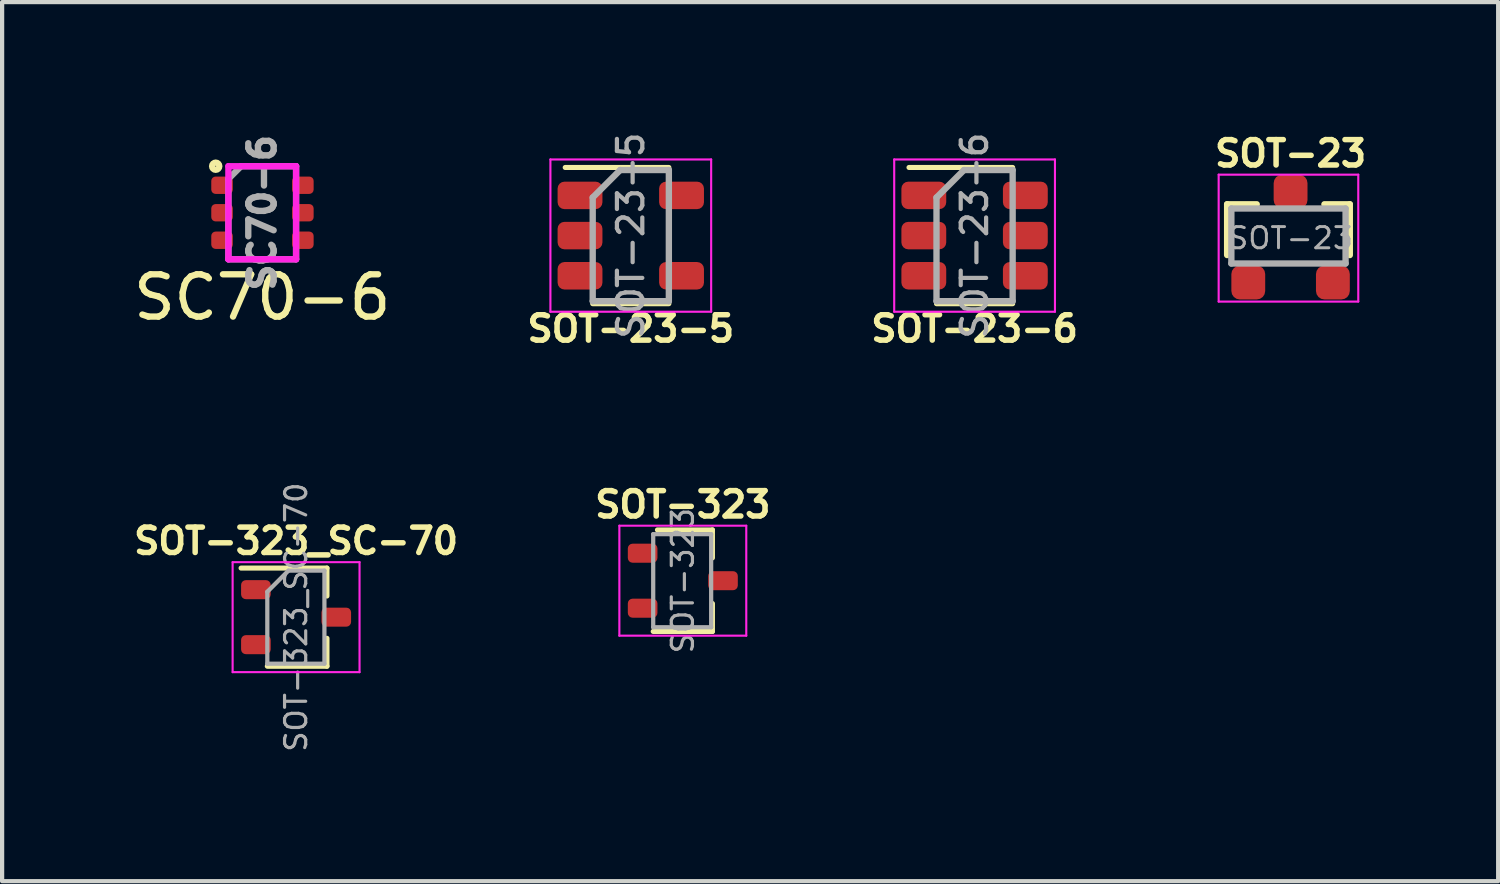
<source format=kicad_pcb>
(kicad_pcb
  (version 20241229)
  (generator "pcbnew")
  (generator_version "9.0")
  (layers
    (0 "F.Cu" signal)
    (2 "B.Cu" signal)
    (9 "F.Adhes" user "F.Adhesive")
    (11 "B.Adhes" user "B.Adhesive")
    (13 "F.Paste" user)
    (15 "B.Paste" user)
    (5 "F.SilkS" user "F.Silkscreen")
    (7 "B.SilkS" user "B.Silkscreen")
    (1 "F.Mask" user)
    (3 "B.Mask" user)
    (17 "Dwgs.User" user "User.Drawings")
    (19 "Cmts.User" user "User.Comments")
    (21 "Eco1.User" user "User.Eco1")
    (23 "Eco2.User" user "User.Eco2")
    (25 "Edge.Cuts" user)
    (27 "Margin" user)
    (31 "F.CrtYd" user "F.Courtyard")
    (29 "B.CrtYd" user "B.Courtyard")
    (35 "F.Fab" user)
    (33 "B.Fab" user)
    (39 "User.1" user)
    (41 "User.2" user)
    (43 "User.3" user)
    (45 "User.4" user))
  (footprint "SOT-323_SC-70"
    (layer "F.Cu")
    (at 3.949 11.539)
    (property "Reference" "SOT-323_SC-70" (at 0 -1.8 0) (layer "F.SilkS") (effects (font (size 0.6 0.6) (thickness 0.13))))
    (property "Value" "${VALUE}" (at 0 1.5 0) (layer "F.Fab") (hide yes) (effects (font (size 0.4 0.4) (thickness 0.05))))
    (attr smd)
    (fp_line (start -0.68 1.16) (end 0.73 1.16) (stroke (width 0.12) (type solid)) (layer "F.SilkS"))
    (fp_line (start 0.73 -1.16) (end -1.3 -1.16) (stroke (width 0.12) (type solid)) (layer "F.SilkS"))
    (fp_line (start 0.73 -1.16) (end 0.73 -0.5) (stroke (width 0.12) (type solid)) (layer "F.SilkS"))
    (fp_line (start 0.73 0.5) (end 0.73 1.16) (stroke (width 0.12) (type solid)) (layer "F.SilkS"))
    (fp_line (start -1.5 -1.3) (end 1.5 -1.3) (stroke (width 0.05) (type solid)) (layer "F.CrtYd"))
    (fp_line (start -1.5 1.3) (end -1.5 -1.3) (stroke (width 0.05) (type solid)) (layer "F.CrtYd"))
    (fp_line (start 1.5 -1.3) (end 1.5 1.3) (stroke (width 0.05) (type solid)) (layer "F.CrtYd"))
    (fp_line (start 1.5 1.3) (end -1.5 1.3) (stroke (width 0.05) (type solid)) (layer "F.CrtYd"))
    (fp_line (start -0.68 -0.6) (end -0.68 1.1) (stroke (width 0.1) (type solid)) (layer "F.Fab"))
    (fp_line (start -0.18 -1.1) (end -0.68 -0.6) (stroke (width 0.1) (type solid)) (layer "F.Fab"))
    (fp_line (start 0.67 -1.1) (end -0.18 -1.1) (stroke (width 0.1) (type solid)) (layer "F.Fab"))
    (fp_line (start 0.67 -1.1) (end 0.67 1.1) (stroke (width 0.1) (type solid)) (layer "F.Fab"))
    (fp_line (start 0.67 1.1) (end -0.68 1.1) (stroke (width 0.1) (type solid)) (layer "F.Fab"))
    (fp_text user "${REFERENCE}" (at 0 0 90) (layer "F.Fab") (effects (font (size 0.5 0.5) (thickness 0.075))))
    (pad "1" smd roundrect (at -0.95 -0.65 270) (size 0.45 0.7) (layers "F.Cu" "F.Mask" "F.Paste") (roundrect_rratio 0.25))
    (pad "2" smd roundrect (at -0.95 0.65 270) (size 0.45 0.7) (layers "F.Cu" "F.Mask" "F.Paste") (roundrect_rratio 0.25))
    (pad "3" smd roundrect (at 0.95 0 270) (size 0.45 0.7) (layers "F.Cu" "F.Mask" "F.Paste") (roundrect_rratio 0.25)))
  (footprint "SOT-23-6"
    (layer "F.Cu")
    (at 19.988 2.519)
    (property "Reference" "SOT-23-6" (at 0 2.2 0) (layer "F.SilkS") (effects (font (size 0.6 0.6) (thickness 0.13))))
    (property "Value" "${VALUE}" (at 1.3 0 90) (layer "F.Fab") (hide yes) (effects (font (size 0.3 0.3) (thickness 0.05))))
    (attr smd)
    (fp_line (start -0.9 1.61) (end 0.9 1.61) (stroke (width 0.12) (type solid)) (layer "F.SilkS"))
    (fp_line (start 0.9 -1.61) (end -1.55 -1.61) (stroke (width 0.12) (type solid)) (layer "F.SilkS"))
    (fp_line (start -1.9 -1.8) (end 1.9 -1.8) (stroke (width 0.05) (type solid)) (layer "F.CrtYd"))
    (fp_line (start -1.9 1.8) (end -1.9 -1.8) (stroke (width 0.05) (type solid)) (layer "F.CrtYd"))
    (fp_line (start 1.9 -1.8) (end 1.9 1.8) (stroke (width 0.05) (type solid)) (layer "F.CrtYd"))
    (fp_line (start 1.9 1.8) (end -1.9 1.8) (stroke (width 0.05) (type solid)) (layer "F.CrtYd"))
    (fp_line (start -0.9 -0.9) (end -0.9 1.55) (stroke (width 0.15) (type solid)) (layer "F.Fab"))
    (fp_line (start -0.9 -0.9) (end -0.25 -1.55) (stroke (width 0.15) (type solid)) (layer "F.Fab"))
    (fp_line (start 0.9 -1.55) (end -0.25 -1.55) (stroke (width 0.15) (type solid)) (layer "F.Fab"))
    (fp_line (start 0.9 -1.55) (end 0.9 1.55) (stroke (width 0.15) (type solid)) (layer "F.Fab"))
    (fp_line (start 0.9 1.55) (end -0.9 1.55) (stroke (width 0.15) (type solid)) (layer "F.Fab"))
    (fp_text user "${REFERENCE}" (at 0 0 90) (layer "F.Fab") (effects (font (size 0.6 0.6) (thickness 0.1))))
    (pad "1" smd roundrect (at -1.2 -0.95) (size 1.06 0.65) (layers "F.Cu" "F.Mask" "F.Paste") (roundrect_rratio 0.25))
    (pad "2" smd roundrect (at -1.2 0) (size 1.06 0.65) (layers "F.Cu" "F.Mask" "F.Paste") (roundrect_rratio 0.25))
    (pad "3" smd roundrect (at -1.2 0.95) (size 1.06 0.65) (layers "F.Cu" "F.Mask" "F.Paste") (roundrect_rratio 0.25))
    (pad "4" smd roundrect (at 1.2 0.95) (size 1.06 0.65) (layers "F.Cu" "F.Mask" "F.Paste") (roundrect_rratio 0.25))
    (pad "5" smd roundrect (at 1.2 0) (size 1.06 0.65) (layers "F.Cu" "F.Mask" "F.Paste") (roundrect_rratio 0.25))
    (pad "6" smd roundrect (at 1.2 -0.95) (size 1.06 0.65) (layers "F.Cu" "F.Mask" "F.Paste") (roundrect_rratio 0.25)))
  (footprint "SC70-6"
    (layer "F.Cu")
    (at 3.149 1.979)
    (property "Reference" "SC70-6" (at 0 2 0) (layer "F.SilkS") (effects (font (size 1 1) (thickness 0.15))))
    (attr through_hole)
    (fp_circle (center -1.1 -1.1) (end -1.1 -1.09) (stroke (width 0.15) (type solid)) (fill no) (layer "F.SilkS"))
    (fp_line (start -0.8 -1.1) (end -0.8 1.1) (stroke (width 0.15) (type solid)) (layer "F.CrtYd"))
    (fp_line (start -0.8 1.1) (end 0.8 1.1) (stroke (width 0.15) (type solid)) (layer "F.CrtYd"))
    (fp_line (start 0.8 -1.1) (end -0.8 -1.1) (stroke (width 0.15) (type solid)) (layer "F.CrtYd"))
    (fp_line (start 0.8 1.1) (end 0.8 -1.1) (stroke (width 0.15) (type solid)) (layer "F.CrtYd"))
    (fp_line (start -0.8 -0.8) (end -0.8 1.1) (stroke (width 0.15) (type solid)) (layer "F.Fab"))
    (fp_line (start -0.8 1.1) (end 0.8 1.1) (stroke (width 0.15) (type solid)) (layer "F.Fab"))
    (fp_line (start -0.5 -1.1) (end -0.8 -0.8) (stroke (width 0.15) (type solid)) (layer "F.Fab"))
    (fp_line (start 0.8 -1.1) (end -0.5 -1.1) (stroke (width 0.15) (type solid)) (layer "F.Fab"))
    (fp_line (start 0.8 1.1) (end 0.8 -1.1) (stroke (width 0.15) (type solid)) (layer "F.Fab"))
    (fp_text user "${REFERENCE}" (at 0 0 270) (layer "F.Fab") (effects (font (size 0.6 0.6) (thickness 0.15))))
    (pad "1" smd roundrect (at -0.95 -0.65 270) (size 0.41 0.51) (layers "F.Cu" "F.Mask" "F.Paste") (roundrect_rratio 0.25))
    (pad "2" smd roundrect (at -0.95 0 270) (size 0.41 0.51) (layers "F.Cu" "F.Mask" "F.Paste") (roundrect_rratio 0.25))
    (pad "3" smd roundrect (at -0.95 0.65 270) (size 0.41 0.51) (layers "F.Cu" "F.Mask" "F.Paste") (roundrect_rratio 0.25))
    (pad "4" smd roundrect (at 0.96 0.65 270) (size 0.41 0.51) (layers "F.Cu" "F.Mask" "F.Paste") (roundrect_rratio 0.25))
    (pad "5" smd roundrect (at 0.96 0 270) (size 0.41 0.51) (layers "F.Cu" "F.Mask" "F.Paste") (roundrect_rratio 0.25))
    (pad "6" smd roundrect (at 0.96 -0.65 270) (size 0.41 0.51) (layers "F.Cu" "F.Mask" "F.Paste") (roundrect_rratio 0.25)))
  (footprint "SOT-323"
    (layer "F.Cu")
    (at 13.091 10.677)
    (property "Reference" "SOT-323" (at 0 -1.8 0) (layer "F.SilkS") (effects (font (size 0.6 0.6) (thickness 0.13))))
    (property "Value" "${VALUE}" (at 0 1.5 0) (layer "F.Fab") (hide yes) (effects (font (size 0.4 0.4) (thickness 0.05))))
    (attr smd)
    (fp_line (start -0.7 1.2) (end 0.7 1.2) (stroke (width 0.12) (type solid)) (layer "F.SilkS"))
    (fp_line (start 0.7 -1.2) (end -0.6 -1.2) (stroke (width 0.12) (type solid)) (layer "F.SilkS"))
    (fp_line (start 0.7 -1.2) (end 0.7 -0.54) (stroke (width 0.12) (type solid)) (layer "F.SilkS"))
    (fp_line (start 0.7 0.54) (end 0.7 1.2) (stroke (width 0.12) (type solid)) (layer "F.SilkS"))
    (fp_line (start -1.5 -1.3) (end 1.5 -1.3) (stroke (width 0.05) (type solid)) (layer "F.CrtYd"))
    (fp_line (start -1.5 1.3) (end -1.5 -1.3) (stroke (width 0.05) (type solid)) (layer "F.CrtYd"))
    (fp_line (start 1.5 -1.3) (end 1.5 1.3) (stroke (width 0.05) (type solid)) (layer "F.CrtYd"))
    (fp_line (start 1.5 1.3) (end -1.5 1.3) (stroke (width 0.05) (type solid)) (layer "F.CrtYd"))
    (fp_line (start -0.7 -1.1) (end -0.7 1.1) (stroke (width 0.1) (type solid)) (layer "F.Fab"))
    (fp_line (start 0.67 -1.1) (end -0.7 -1.1) (stroke (width 0.1) (type solid)) (layer "F.Fab"))
    (fp_line (start 0.67 -1.1) (end 0.67 1.1) (stroke (width 0.1) (type solid)) (layer "F.Fab"))
    (fp_line (start 0.67 1.1) (end -0.7 1.1) (stroke (width 0.1) (type solid)) (layer "F.Fab"))
    (fp_text user "${REFERENCE}" (at 0 0 90) (layer "F.Fab") (effects (font (size 0.5 0.5) (thickness 0.075))))
    (pad "1" smd roundrect (at -0.95 -0.65 270) (size 0.45 0.7) (layers "F.Cu" "F.Mask" "F.Paste") (roundrect_rratio 0.25))
    (pad "2" smd roundrect (at -0.95 0.65 270) (size 0.45 0.7) (layers "F.Cu" "F.Mask" "F.Paste") (roundrect_rratio 0.25))
    (pad "3" smd roundrect (at 0.95 0 270) (size 0.45 0.7) (layers "F.Cu" "F.Mask" "F.Paste") (roundrect_rratio 0.25)))
  (footprint "SOT-23"
    (layer "F.Cu")
    (at 27.458 2.579)
    (property "Reference" "SOT-23" (at 0 -2 180) (layer "F.SilkS") (effects (font (size 0.6 0.6) (thickness 0.13))))
    (property "Value" "${VALUE}" (at 0 1 180) (layer "F.Fab") (hide yes) (effects (font (size 0.4 0.4) (thickness 0.05))))
    (attr smd)
    (fp_line (start -1.5 -0.8) (end -0.8 -0.8) (stroke (width 0.15) (type solid)) (layer "F.SilkS"))
    (fp_line (start -1.5 0.4) (end -1.5 -0.8) (stroke (width 0.15) (type solid)) (layer "F.SilkS"))
    (fp_line (start 0.8 -0.8) (end 1.4 -0.8) (stroke (width 0.15) (type solid)) (layer "F.SilkS"))
    (fp_line (start 1.4 -0.8) (end 1.4 0.4) (stroke (width 0.15) (type solid)) (layer "F.SilkS"))
    (fp_line (start -1.7 -1.5) (end 1.6 -1.5) (stroke (width 0.05) (type solid)) (layer "F.CrtYd"))
    (fp_line (start -1.7 1.5) (end -1.7 -1.5) (stroke (width 0.05) (type solid)) (layer "F.CrtYd"))
    (fp_line (start 1.6 -1.5) (end 1.6 1.5) (stroke (width 0.05) (type solid)) (layer "F.CrtYd"))
    (fp_line (start 1.6 1.5) (end -1.7 1.5) (stroke (width 0.05) (type solid)) (layer "F.CrtYd"))
    (fp_line (start -1.4 -0.7) (end 1.3 -0.7) (stroke (width 0.15) (type solid)) (layer "F.Fab"))
    (fp_line (start -1.4 0.6) (end -1.4 -0.7) (stroke (width 0.15) (type solid)) (layer "F.Fab"))
    (fp_line (start 1.3 -0.7) (end 1.3 0.6) (stroke (width 0.15) (type solid)) (layer "F.Fab"))
    (fp_line (start 1.3 0.6) (end -1.4 0.6) (stroke (width 0.15) (type solid)) (layer "F.Fab"))
    (fp_text user "${REFERENCE}" (at 0 0 180) (layer "F.Fab") (effects (font (size 0.5 0.5) (thickness 0.07))))
    (pad "1" smd roundrect (at -1 1.05) (size 0.8 0.8) (layers "F.Cu" "F.Mask" "F.Paste") (roundrect_rratio 0.25))
    (pad "2" smd roundrect (at 1 1.05 90) (size 0.8 0.8) (layers "F.Cu" "F.Mask" "F.Paste") (roundrect_rratio 0.25))
    (pad "3" smd roundrect (at 0 -1.1) (size 0.8 0.8) (layers "F.Cu" "F.Mask" "F.Paste") (roundrect_rratio 0.25)))
  (footprint "SOT-23-5"
    (layer "F.Cu")
    (at 11.861 2.519)
    (property "Reference" "SOT-23-5" (at 0 2.2 0) (layer "F.SilkS") (effects (font (size 0.6 0.6) (thickness 0.13))))
    (property "Value" "${VALUE}" (at 1.3 0 90) (layer "F.Fab") (hide yes) (effects (font (size 0.3 0.3) (thickness 0.05))))
    (attr smd)
    (fp_line (start -0.9 1.61) (end 0.9 1.61) (stroke (width 0.12) (type solid)) (layer "F.SilkS"))
    (fp_line (start 0.9 -1.61) (end -1.55 -1.61) (stroke (width 0.12) (type solid)) (layer "F.SilkS"))
    (fp_line (start -1.9 -1.8) (end 1.9 -1.8) (stroke (width 0.05) (type solid)) (layer "F.CrtYd"))
    (fp_line (start -1.9 1.8) (end -1.9 -1.8) (stroke (width 0.05) (type solid)) (layer "F.CrtYd"))
    (fp_line (start 1.9 -1.8) (end 1.9 1.8) (stroke (width 0.05) (type solid)) (layer "F.CrtYd"))
    (fp_line (start 1.9 1.8) (end -1.9 1.8) (stroke (width 0.05) (type solid)) (layer "F.CrtYd"))
    (fp_line (start -0.9 -0.9) (end -0.9 1.55) (stroke (width 0.15) (type solid)) (layer "F.Fab"))
    (fp_line (start -0.9 -0.9) (end -0.25 -1.55) (stroke (width 0.15) (type solid)) (layer "F.Fab"))
    (fp_line (start 0.9 -1.55) (end -0.25 -1.55) (stroke (width 0.15) (type solid)) (layer "F.Fab"))
    (fp_line (start 0.9 -1.55) (end 0.9 1.55) (stroke (width 0.15) (type solid)) (layer "F.Fab"))
    (fp_line (start 0.9 1.55) (end -0.9 1.55) (stroke (width 0.15) (type solid)) (layer "F.Fab"))
    (fp_text user "${REFERENCE}" (at 0 0 90) (layer "F.Fab") (effects (font (size 0.6 0.6) (thickness 0.1))))
    (pad "1" smd roundrect (at -1.2 -0.95) (size 1.06 0.65) (layers "F.Cu" "F.Mask" "F.Paste") (roundrect_rratio 0.25))
    (pad "2" smd roundrect (at -1.2 0) (size 1.06 0.65) (layers "F.Cu" "F.Mask" "F.Paste") (roundrect_rratio 0.25))
    (pad "3" smd roundrect (at -1.2 0.95) (size 1.06 0.65) (layers "F.Cu" "F.Mask" "F.Paste") (roundrect_rratio 0.25))
    (pad "4" smd roundrect (at 1.2 0.95) (size 1.06 0.65) (layers "F.Cu" "F.Mask" "F.Paste") (roundrect_rratio 0.25))
    (pad "5" smd roundrect (at 1.2 -0.95) (size 1.06 0.65) (layers "F.Cu" "F.Mask" "F.Paste") (roundrect_rratio 0.25)))
  (gr_rect
    (start -3 -3)
    (end 32.365 17.78)
    (stroke (width 0.1) (type default))
    (fill no)
    (layer "Edge.Cuts")))
</source>
